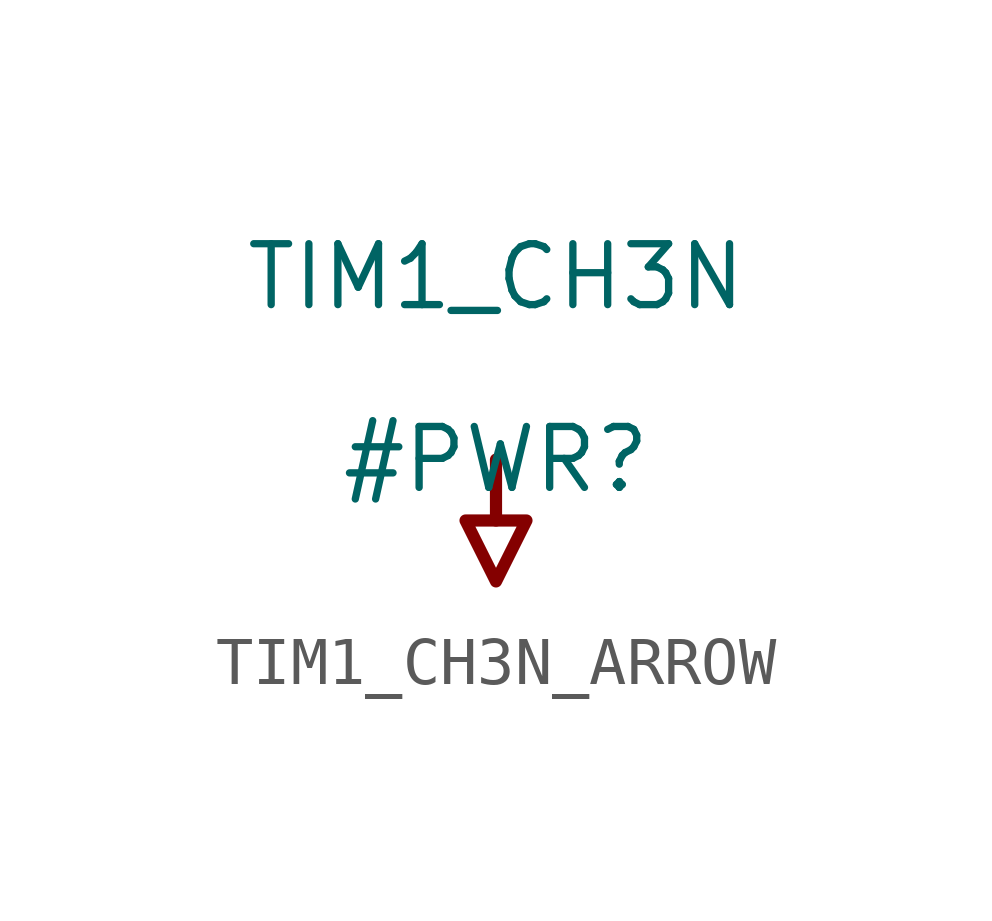
<source format=kicad_sym>
(kicad_symbol_lib
  (version 20231120)
  (generator "kicad_symbol_editor")
  (generator_version "8.0")
  (symbol "TIM1_CH3N_ARROW"
    (power)
    (property "Reference" "#PWR"
      (at 0 0 0)
      (effects (font (size 1.27 1.27))))
    (property "Value" "TIM1_CH3N"
      (at 0 3.81 0)
      (effects (font (size 1.27 1.27))))
    (symbol "TIM1_CH3N_ARROW_0_0"
      (polyline (pts (xy 0 0) (xy 0 -1.27)) (stroke (width 0.254) (type solid)) (fill (type none)))
      (polyline (pts (xy -0.635 -1.27) (xy 0.635 -1.27) (xy 0 -2.54) (xy -0.635 -1.27)) (stroke (width 0.254) (type solid)) (fill (type none)))
      (pin power_in line (at 0 0 0) (length 0) hide (name "TIM1_CH3N" (effects (font (size 1.27 1.27)))) (number "" (effects (font (size 1.27 1.27))))))))
</source>
